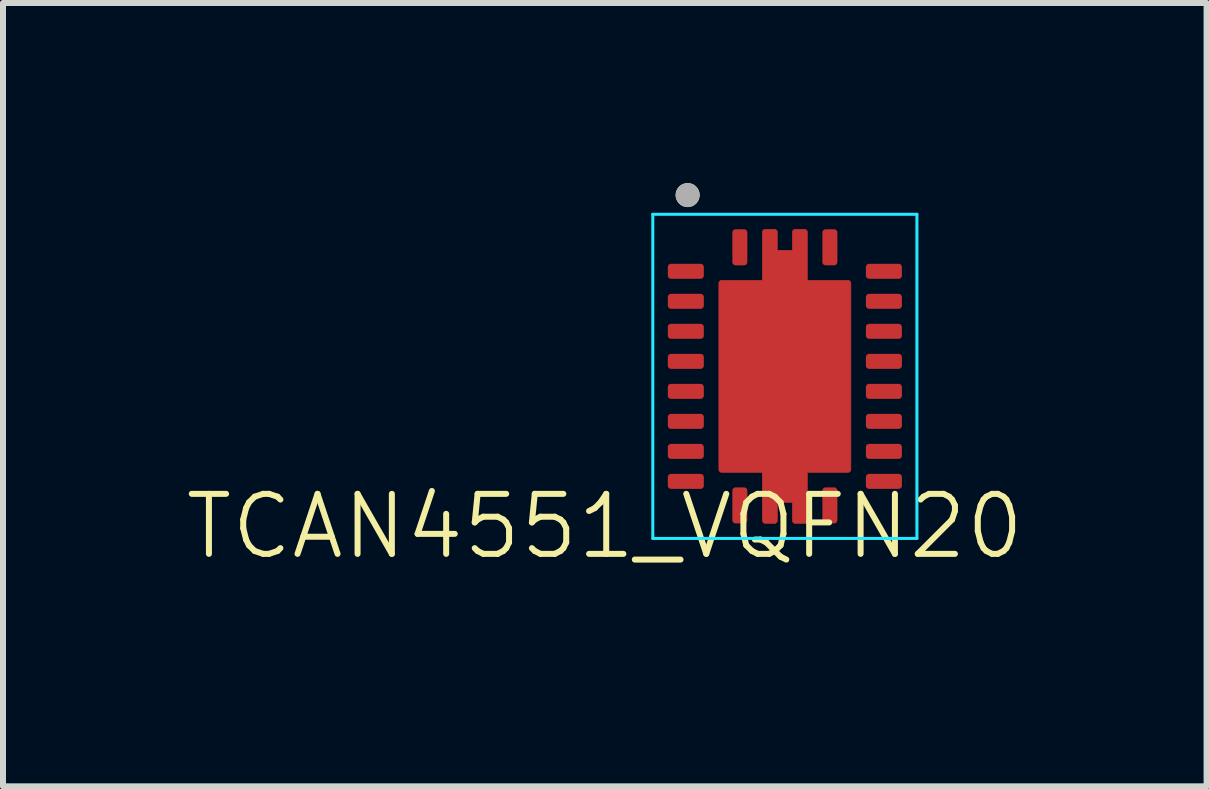
<source format=kicad_pcb>
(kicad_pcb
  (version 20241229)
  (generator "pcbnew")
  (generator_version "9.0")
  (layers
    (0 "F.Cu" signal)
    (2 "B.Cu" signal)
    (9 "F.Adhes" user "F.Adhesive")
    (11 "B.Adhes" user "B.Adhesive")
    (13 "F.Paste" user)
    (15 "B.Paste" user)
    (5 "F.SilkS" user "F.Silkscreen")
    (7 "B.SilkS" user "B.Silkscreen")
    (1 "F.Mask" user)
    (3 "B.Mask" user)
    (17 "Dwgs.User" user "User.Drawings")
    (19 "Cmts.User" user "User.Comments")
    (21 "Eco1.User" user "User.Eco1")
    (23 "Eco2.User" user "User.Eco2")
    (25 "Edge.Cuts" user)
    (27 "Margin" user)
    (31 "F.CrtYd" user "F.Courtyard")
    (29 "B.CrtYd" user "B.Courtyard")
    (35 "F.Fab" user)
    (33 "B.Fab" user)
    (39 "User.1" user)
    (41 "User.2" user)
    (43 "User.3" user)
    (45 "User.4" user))
  (footprint "TCAN4551_VQFN20"
    (layer "F.Cu")
    (at 6.956 6.801)
    (property "Reference" "TCAN4551_VQFN20" (at 0.07 -1.081 0) (unlocked yes) (layer "F.SilkS") (effects (font (size 1 1) (thickness 0.1))))
    (attr smd)
    (fp_line (start 2.07 -4.711) (end 2.3 -5.071) (stroke (width 0.2) (type default)) (layer "F.Cu"))
    (fp_poly (pts (xy 2.695 -5.181) (xy 2.695 -5.981) (xy 2.695 -5.984) (xy 2.695 -5.986) (xy 2.696 -5.989) (xy 2.696 -5.991) (xy 2.697 -5.994) (xy 2.697 -5.996) (xy 2.698 -5.999) (xy 2.699 -6.001) (xy 2.7 -6.004) (xy 2.702 -6.006) (xy 2.703 -6.008) (xy 2.705 -6.01) (xy 2.706 -6.012) (xy 2.708 -6.014) (xy 2.71 -6.016) (xy 2.712 -6.018) (xy 2.714 -6.02) (xy 2.716 -6.021) (xy 2.718 -6.023) (xy 2.72 -6.024) (xy 2.722 -6.026) (xy 2.725 -6.027) (xy 2.727 -6.028) (xy 2.73 -6.029) (xy 2.732 -6.029) (xy 2.735 -6.03) (xy 2.737 -6.03) (xy 2.74 -6.031) (xy 2.742 -6.031) (xy 2.745 -6.031) (xy 2.895 -6.031) (xy 2.898 -6.031) (xy 2.9 -6.031) (xy 2.903 -6.03) (xy 2.905 -6.03) (xy 2.908 -6.029) (xy 2.91 -6.029) (xy 2.913 -6.028) (xy 2.915 -6.027) (xy 2.918 -6.026) (xy 2.92 -6.024) (xy 2.922 -6.023) (xy 2.924 -6.021) (xy 2.926 -6.02) (xy 2.928 -6.018) (xy 2.93 -6.016) (xy 2.932 -6.014) (xy 2.934 -6.012) (xy 2.935 -6.01) (xy 2.937 -6.008) (xy 2.938 -6.006) (xy 2.94 -6.004) (xy 2.941 -6.001) (xy 2.942 -5.999) (xy 2.943 -5.996) (xy 2.943 -5.994) (xy 2.944 -5.991) (xy 2.944 -5.989) (xy 2.945 -5.986) (xy 2.945 -5.984) (xy 2.945 -5.981) (xy 2.945 -5.681) (xy 3.195 -5.681) (xy 3.195 -5.981) (xy 3.195 -5.984) (xy 3.195 -5.986) (xy 3.196 -5.989) (xy 3.196 -5.991) (xy 3.197 -5.994) (xy 3.197 -5.996) (xy 3.198 -5.999) (xy 3.199 -6.001) (xy 3.2 -6.004) (xy 3.202 -6.006) (xy 3.203 -6.008) (xy 3.205 -6.01) (xy 3.206 -6.012) (xy 3.208 -6.014) (xy 3.21 -6.016) (xy 3.212 -6.018) (xy 3.214 -6.02) (xy 3.216 -6.021) (xy 3.218 -6.023) (xy 3.22 -6.024) (xy 3.222 -6.026) (xy 3.225 -6.027) (xy 3.227 -6.028) (xy 3.23 -6.029) (xy 3.232 -6.029) (xy 3.235 -6.03) (xy 3.237 -6.03) (xy 3.24 -6.031) (xy 3.242 -6.031) (xy 3.245 -6.031) (xy 3.395 -6.031) (xy 3.398 -6.031) (xy 3.4 -6.031) (xy 3.403 -6.03) (xy 3.405 -6.03) (xy 3.408 -6.029) (xy 3.41 -6.029) (xy 3.413 -6.028) (xy 3.415 -6.027) (xy 3.418 -6.026) (xy 3.42 -6.024) (xy 3.422 -6.023) (xy 3.424 -6.021) (xy 3.426 -6.02) (xy 3.428 -6.018) (xy 3.43 -6.016) (xy 3.432 -6.014) (xy 3.434 -6.012) (xy 3.435 -6.01) (xy 3.437 -6.008) (xy 3.438 -6.006) (xy 3.44 -6.004) (xy 3.441 -6.001) (xy 3.442 -5.999) (xy 3.443 -5.996) (xy 3.443 -5.994) (xy 3.444 -5.991) (xy 3.444 -5.989) (xy 3.445 -5.986) (xy 3.445 -5.984) (xy 3.445 -5.981) (xy 3.445 -5.181) (xy 4.12 -5.181) (xy 4.123 -5.181) (xy 4.125 -5.181) (xy 4.128 -5.18) (xy 4.13 -5.18) (xy 4.133 -5.179) (xy 4.135 -5.179) (xy 4.138 -5.178) (xy 4.14 -5.177) (xy 4.143 -5.176) (xy 4.145 -5.174) (xy 4.147 -5.173) (xy 4.149 -5.171) (xy 4.151 -5.17) (xy 4.153 -5.168) (xy 4.155 -5.166) (xy 4.157 -5.164) (xy 4.159 -5.162) (xy 4.16 -5.16) (xy 4.162 -5.158) (xy 4.163 -5.156) (xy 4.165 -5.154) (xy 4.166 -5.151) (xy 4.167 -5.149) (xy 4.168 -5.146) (xy 4.168 -5.144) (xy 4.169 -5.141) (xy 4.169 -5.139) (xy 4.17 -5.136) (xy 4.17 -5.134) (xy 4.17 -5.131) (xy 4.17 -2.031) (xy 4.17 -2.028) (xy 4.17 -2.026) (xy 4.169 -2.023) (xy 4.169 -2.021) (xy 4.168 -2.018) (xy 4.168 -2.016) (xy 4.167 -2.013) (xy 4.166 -2.011) (xy 4.165 -2.008) (xy 4.163 -2.006) (xy 4.162 -2.004) (xy 4.16 -2.002) (xy 4.159 -2) (xy 4.157 -1.998) (xy 4.155 -1.996) (xy 4.153 -1.994) (xy 4.151 -1.992) (xy 4.149 -1.991) (xy 4.147 -1.989) (xy 4.145 -1.988) (xy 4.143 -1.986) (xy 4.14 -1.985) (xy 4.138 -1.984) (xy 4.135 -1.983) (xy 4.133 -1.983) (xy 4.13 -1.982) (xy 4.128 -1.982) (xy 4.125 -1.981) (xy 4.123 -1.981) (xy 4.12 -1.981) (xy 3.445 -1.981) (xy 3.445 -1.181) (xy 3.445 -1.178) (xy 3.445 -1.176) (xy 3.444 -1.173) (xy 3.444 -1.171) (xy 3.443 -1.168) (xy 3.443 -1.166) (xy 3.442 -1.163) (xy 3.441 -1.161) (xy 3.44 -1.158) (xy 3.438 -1.156) (xy 3.437 -1.154) (xy 3.435 -1.152) (xy 3.434 -1.15) (xy 3.432 -1.148) (xy 3.43 -1.146) (xy 3.428 -1.144) (xy 3.426 -1.142) (xy 3.424 -1.141) (xy 3.422 -1.139) (xy 3.42 -1.138) (xy 3.418 -1.136) (xy 3.415 -1.135) (xy 3.413 -1.134) (xy 3.41 -1.133) (xy 3.408 -1.133) (xy 3.405 -1.132) (xy 3.403 -1.132) (xy 3.4 -1.131) (xy 3.398 -1.131) (xy 3.395 -1.131) (xy 3.245 -1.131) (xy 3.242 -1.131) (xy 3.24 -1.131) (xy 3.237 -1.132) (xy 3.235 -1.132) (xy 3.232 -1.133) (xy 3.23 -1.133) (xy 3.227 -1.134) (xy 3.225 -1.135) (xy 3.222 -1.136) (xy 3.22 -1.138) (xy 3.218 -1.139) (xy 3.216 -1.141) (xy 3.214 -1.142) (xy 3.212 -1.144) (xy 3.21 -1.146) (xy 3.208 -1.148) (xy 3.206 -1.15) (xy 3.205 -1.152) (xy 3.203 -1.154) (xy 3.202 -1.156) (xy 3.2 -1.158) (xy 3.199 -1.161) (xy 3.198 -1.163) (xy 3.197 -1.166) (xy 3.197 -1.168) (xy 3.196 -1.171) (xy 3.196 -1.173) (xy 3.195 -1.176) (xy 3.195 -1.178) (xy 3.195 -1.181) (xy 3.195 -1.481) (xy 2.945 -1.481) (xy 2.945 -1.181) (xy 2.945 -1.178) (xy 2.945 -1.176) (xy 2.944 -1.173) (xy 2.944 -1.171) (xy 2.943 -1.168) (xy 2.943 -1.166) (xy 2.942 -1.163) (xy 2.941 -1.161) (xy 2.94 -1.158) (xy 2.938 -1.156) (xy 2.937 -1.154) (xy 2.935 -1.152) (xy 2.934 -1.15) (xy 2.932 -1.148) (xy 2.93 -1.146) (xy 2.928 -1.144) (xy 2.926 -1.142) (xy 2.924 -1.141) (xy 2.922 -1.139) (xy 2.92 -1.138) (xy 2.918 -1.136) (xy 2.915 -1.135) (xy 2.913 -1.134) (xy 2.91 -1.133) (xy 2.908 -1.133) (xy 2.905 -1.132) (xy 2.903 -1.132) (xy 2.9 -1.131) (xy 2.898 -1.131) (xy 2.895 -1.131) (xy 2.745 -1.131) (xy 2.742 -1.131) (xy 2.74 -1.131) (xy 2.737 -1.132) (xy 2.735 -1.132) (xy 2.732 -1.133) (xy 2.73 -1.133) (xy 2.727 -1.134) (xy 2.725 -1.135) (xy 2.722 -1.136) (xy 2.72 -1.138) (xy 2.718 -1.139) (xy 2.716 -1.141) (xy 2.714 -1.142) (xy 2.712 -1.144) (xy 2.71 -1.146) (xy 2.708 -1.148) (xy 2.706 -1.15) (xy 2.705 -1.152) (xy 2.703 -1.154) (xy 2.702 -1.156) (xy 2.7 -1.158) (xy 2.699 -1.161) (xy 2.698 -1.163) (xy 2.697 -1.166) (xy 2.697 -1.168) (xy 2.696 -1.171) (xy 2.696 -1.173) (xy 2.695 -1.176) (xy 2.695 -1.178) (xy 2.695 -1.181) (xy 2.695 -1.981) (xy 2.02 -1.981) (xy 2.017 -1.981) (xy 2.015 -1.981) (xy 2.012 -1.982) (xy 2.01 -1.982) (xy 2.007 -1.983) (xy 2.005 -1.983) (xy 2.002 -1.984) (xy 2 -1.985) (xy 1.997 -1.986) (xy 1.995 -1.988) (xy 1.993 -1.989) (xy 1.991 -1.991) (xy 1.989 -1.992) (xy 1.987 -1.994) (xy 1.985 -1.996) (xy 1.983 -1.998) (xy 1.981 -2) (xy 1.98 -2.002) (xy 1.978 -2.004) (xy 1.977 -2.006) (xy 1.975 -2.008) (xy 1.974 -2.011) (xy 1.973 -2.013) (xy 1.972 -2.016) (xy 1.972 -2.018) (xy 1.971 -2.021) (xy 1.971 -2.023) (xy 1.97 -2.026) (xy 1.97 -2.028) (xy 1.97 -2.031) (xy 1.97 -5.131) (xy 1.97 -5.134) (xy 1.97 -5.136) (xy 1.971 -5.139) (xy 1.971 -5.141) (xy 1.972 -5.144) (xy 1.972 -5.146) (xy 1.973 -5.149) (xy 1.974 -5.151) (xy 1.975 -5.154) (xy 1.977 -5.156) (xy 1.978 -5.158) (xy 1.98 -5.16) (xy 1.981 -5.162) (xy 1.983 -5.164) (xy 1.985 -5.166) (xy 1.987 -5.168) (xy 1.989 -5.17) (xy 1.991 -5.171) (xy 1.993 -5.173) (xy 1.995 -5.174) (xy 1.997 -5.176) (xy 2 -5.177) (xy 2.002 -5.178) (xy 2.005 -5.179) (xy 2.007 -5.179) (xy 2.01 -5.18) (xy 2.012 -5.18) (xy 2.015 -5.181) (xy 2.017 -5.181) (xy 2.02 -5.181) (xy 2.695 -5.181)) (stroke (width 0.01) (type solid)) (fill yes) (layer "F.Cu"))
    (fp_circle (center 1.45 -6.601) (end 1.55 -6.601) (stroke (width 0.2) (type solid)) (fill no) (layer "F.SilkS"))
    (fp_poly (pts (xy 2.745 -1.846) (xy 3.395 -1.846) (xy 3.398 -1.846) (xy 3.4 -1.846) (xy 3.403 -1.845) (xy 3.405 -1.845) (xy 3.408 -1.844) (xy 3.41 -1.844) (xy 3.413 -1.843) (xy 3.415 -1.842) (xy 3.418 -1.841) (xy 3.42 -1.839) (xy 3.422 -1.838) (xy 3.424 -1.836) (xy 3.426 -1.835) (xy 3.428 -1.833) (xy 3.43 -1.831) (xy 3.432 -1.829) (xy 3.434 -1.827) (xy 3.435 -1.825) (xy 3.437 -1.823) (xy 3.438 -1.821) (xy 3.44 -1.819) (xy 3.441 -1.816) (xy 3.442 -1.814) (xy 3.443 -1.811) (xy 3.443 -1.809) (xy 3.444 -1.806) (xy 3.444 -1.804) (xy 3.445 -1.801) (xy 3.445 -1.799) (xy 3.445 -1.796) (xy 3.445 -1.181) (xy 3.445 -1.178) (xy 3.445 -1.176) (xy 3.444 -1.173) (xy 3.444 -1.171) (xy 3.443 -1.168) (xy 3.443 -1.166) (xy 3.442 -1.163) (xy 3.441 -1.161) (xy 3.44 -1.158) (xy 3.438 -1.156) (xy 3.437 -1.154) (xy 3.435 -1.152) (xy 3.434 -1.15) (xy 3.432 -1.148) (xy 3.43 -1.146) (xy 3.428 -1.144) (xy 3.426 -1.142) (xy 3.424 -1.141) (xy 3.422 -1.139) (xy 3.42 -1.138) (xy 3.418 -1.136) (xy 3.415 -1.135) (xy 3.413 -1.134) (xy 3.41 -1.133) (xy 3.408 -1.133) (xy 3.405 -1.132) (xy 3.403 -1.132) (xy 3.4 -1.131) (xy 3.398 -1.131) (xy 3.395 -1.131) (xy 3.245 -1.131) (xy 3.242 -1.131) (xy 3.24 -1.131) (xy 3.237 -1.132) (xy 3.235 -1.132) (xy 3.232 -1.133) (xy 3.23 -1.133) (xy 3.227 -1.134) (xy 3.225 -1.135) (xy 3.222 -1.136) (xy 3.22 -1.138) (xy 3.218 -1.139) (xy 3.216 -1.141) (xy 3.214 -1.142) (xy 3.212 -1.144) (xy 3.21 -1.146) (xy 3.208 -1.148) (xy 3.206 -1.15) (xy 3.205 -1.152) (xy 3.203 -1.154) (xy 3.202 -1.156) (xy 3.2 -1.158) (xy 3.199 -1.161) (xy 3.198 -1.163) (xy 3.197 -1.166) (xy 3.197 -1.168) (xy 3.196 -1.171) (xy 3.196 -1.173) (xy 3.195 -1.176) (xy 3.195 -1.178) (xy 3.195 -1.181) (xy 3.195 -1.596) (xy 2.945 -1.596) (xy 2.945 -1.181) (xy 2.945 -1.178) (xy 2.945 -1.176) (xy 2.944 -1.173) (xy 2.944 -1.171) (xy 2.943 -1.168) (xy 2.943 -1.166) (xy 2.942 -1.163) (xy 2.941 -1.161) (xy 2.94 -1.158) (xy 2.938 -1.156) (xy 2.937 -1.154) (xy 2.935 -1.152) (xy 2.934 -1.15) (xy 2.932 -1.148) (xy 2.93 -1.146) (xy 2.928 -1.144) (xy 2.926 -1.142) (xy 2.924 -1.141) (xy 2.922 -1.139) (xy 2.92 -1.138) (xy 2.918 -1.136) (xy 2.915 -1.135) (xy 2.913 -1.134) (xy 2.91 -1.133) (xy 2.908 -1.133) (xy 2.905 -1.132) (xy 2.903 -1.132) (xy 2.9 -1.131) (xy 2.898 -1.131) (xy 2.895 -1.131) (xy 2.745 -1.131) (xy 2.742 -1.131) (xy 2.74 -1.131) (xy 2.737 -1.132) (xy 2.735 -1.132) (xy 2.732 -1.133) (xy 2.73 -1.133) (xy 2.727 -1.134) (xy 2.725 -1.135) (xy 2.722 -1.136) (xy 2.72 -1.138) (xy 2.718 -1.139) (xy 2.716 -1.141) (xy 2.714 -1.142) (xy 2.712 -1.144) (xy 2.71 -1.146) (xy 2.708 -1.148) (xy 2.706 -1.15) (xy 2.705 -1.152) (xy 2.703 -1.154) (xy 2.702 -1.156) (xy 2.7 -1.158) (xy 2.699 -1.161) (xy 2.698 -1.163) (xy 2.697 -1.166) (xy 2.697 -1.168) (xy 2.696 -1.171) (xy 2.696 -1.173) (xy 2.695 -1.176) (xy 2.695 -1.178) (xy 2.695 -1.181) (xy 2.695 -1.796) (xy 2.695 -1.799) (xy 2.695 -1.801) (xy 2.696 -1.804) (xy 2.696 -1.806) (xy 2.697 -1.809) (xy 2.697 -1.811) (xy 2.698 -1.814) (xy 2.699 -1.816) (xy 2.7 -1.819) (xy 2.702 -1.821) (xy 2.703 -1.823) (xy 2.705 -1.825) (xy 2.706 -1.827) (xy 2.708 -1.829) (xy 2.71 -1.831) (xy 2.712 -1.833) (xy 2.714 -1.835) (xy 2.716 -1.836) (xy 2.718 -1.838) (xy 2.72 -1.839) (xy 2.722 -1.841) (xy 2.725 -1.842) (xy 2.727 -1.843) (xy 2.73 -1.844) (xy 2.732 -1.844) (xy 2.735 -1.845) (xy 2.737 -1.845) (xy 2.74 -1.846) (xy 2.742 -1.846) (xy 2.745 -1.846)) (stroke (width 0.01) (type solid)) (fill yes) (layer "F.Paste"))
    (fp_poly (pts (xy 3.445 -5.981) (xy 3.445 -5.366) (xy 3.445 -5.363) (xy 3.445 -5.361) (xy 3.444 -5.358) (xy 3.444 -5.356) (xy 3.443 -5.353) (xy 3.443 -5.351) (xy 3.442 -5.348) (xy 3.441 -5.346) (xy 3.44 -5.343) (xy 3.438 -5.341) (xy 3.437 -5.339) (xy 3.435 -5.337) (xy 3.434 -5.335) (xy 3.432 -5.333) (xy 3.43 -5.331) (xy 3.428 -5.329) (xy 3.426 -5.327) (xy 3.424 -5.326) (xy 3.422 -5.324) (xy 3.42 -5.323) (xy 3.418 -5.321) (xy 3.415 -5.32) (xy 3.413 -5.319) (xy 3.41 -5.318) (xy 3.408 -5.318) (xy 3.405 -5.317) (xy 3.403 -5.317) (xy 3.4 -5.316) (xy 3.398 -5.316) (xy 3.395 -5.316) (xy 2.745 -5.316) (xy 2.742 -5.316) (xy 2.74 -5.316) (xy 2.737 -5.317) (xy 2.735 -5.317) (xy 2.732 -5.318) (xy 2.73 -5.318) (xy 2.727 -5.319) (xy 2.725 -5.32) (xy 2.722 -5.321) (xy 2.72 -5.323) (xy 2.718 -5.324) (xy 2.716 -5.326) (xy 2.714 -5.327) (xy 2.712 -5.329) (xy 2.71 -5.331) (xy 2.708 -5.333) (xy 2.706 -5.335) (xy 2.705 -5.337) (xy 2.703 -5.339) (xy 2.702 -5.341) (xy 2.7 -5.343) (xy 2.699 -5.346) (xy 2.698 -5.348) (xy 2.697 -5.351) (xy 2.697 -5.353) (xy 2.696 -5.356) (xy 2.696 -5.358) (xy 2.695 -5.361) (xy 2.695 -5.363) (xy 2.695 -5.366) (xy 2.695 -5.981) (xy 2.695 -5.984) (xy 2.695 -5.986) (xy 2.696 -5.989) (xy 2.696 -5.991) (xy 2.697 -5.994) (xy 2.697 -5.996) (xy 2.698 -5.999) (xy 2.699 -6.001) (xy 2.7 -6.004) (xy 2.702 -6.006) (xy 2.703 -6.008) (xy 2.705 -6.01) (xy 2.706 -6.012) (xy 2.708 -6.014) (xy 2.71 -6.016) (xy 2.712 -6.018) (xy 2.714 -6.02) (xy 2.716 -6.021) (xy 2.718 -6.023) (xy 2.72 -6.024) (xy 2.722 -6.026) (xy 2.725 -6.027) (xy 2.727 -6.028) (xy 2.73 -6.029) (xy 2.732 -6.029) (xy 2.735 -6.03) (xy 2.737 -6.03) (xy 2.74 -6.031) (xy 2.742 -6.031) (xy 2.745 -6.031) (xy 2.895 -6.031) (xy 2.898 -6.031) (xy 2.9 -6.031) (xy 2.903 -6.03) (xy 2.905 -6.03) (xy 2.908 -6.029) (xy 2.91 -6.029) (xy 2.913 -6.028) (xy 2.915 -6.027) (xy 2.918 -6.026) (xy 2.92 -6.024) (xy 2.922 -6.023) (xy 2.924 -6.021) (xy 2.926 -6.02) (xy 2.928 -6.018) (xy 2.93 -6.016) (xy 2.932 -6.014) (xy 2.934 -6.012) (xy 2.935 -6.01) (xy 2.937 -6.008) (xy 2.938 -6.006) (xy 2.94 -6.004) (xy 2.941 -6.001) (xy 2.942 -5.999) (xy 2.943 -5.996) (xy 2.943 -5.994) (xy 2.944 -5.991) (xy 2.944 -5.989) (xy 2.945 -5.986) (xy 2.945 -5.984) (xy 2.945 -5.981) (xy 2.945 -5.566) (xy 3.195 -5.566) (xy 3.195 -5.981) (xy 3.195 -5.984) (xy 3.195 -5.986) (xy 3.196 -5.989) (xy 3.196 -5.991) (xy 3.197 -5.994) (xy 3.197 -5.996) (xy 3.198 -5.999) (xy 3.199 -6.001) (xy 3.2 -6.004) (xy 3.202 -6.006) (xy 3.203 -6.008) (xy 3.205 -6.01) (xy 3.206 -6.012) (xy 3.208 -6.014) (xy 3.21 -6.016) (xy 3.212 -6.018) (xy 3.214 -6.02) (xy 3.216 -6.021) (xy 3.218 -6.023) (xy 3.22 -6.024) (xy 3.222 -6.026) (xy 3.225 -6.027) (xy 3.227 -6.028) (xy 3.23 -6.029) (xy 3.232 -6.029) (xy 3.235 -6.03) (xy 3.237 -6.03) (xy 3.24 -6.031) (xy 3.242 -6.031) (xy 3.245 -6.031) (xy 3.395 -6.031) (xy 3.398 -6.031) (xy 3.4 -6.031) (xy 3.403 -6.03) (xy 3.405 -6.03) (xy 3.408 -6.029) (xy 3.41 -6.029) (xy 3.413 -6.028) (xy 3.415 -6.027) (xy 3.418 -6.026) (xy 3.42 -6.024) (xy 3.422 -6.023) (xy 3.424 -6.021) (xy 3.426 -6.02) (xy 3.428 -6.018) (xy 3.43 -6.016) (xy 3.432 -6.014) (xy 3.434 -6.012) (xy 3.435 -6.01) (xy 3.437 -6.008) (xy 3.438 -6.006) (xy 3.44 -6.004) (xy 3.441 -6.001) (xy 3.442 -5.999) (xy 3.443 -5.996) (xy 3.443 -5.994) (xy 3.444 -5.991) (xy 3.444 -5.989) (xy 3.445 -5.986) (xy 3.445 -5.984) (xy 3.445 -5.981)) (stroke (width 0.01) (type solid)) (fill yes) (layer "F.Paste"))
    (fp_line (start 0.87 -6.281) (end 0.87 -0.881) (stroke (width 0.05) (type solid)) (layer "B.CrtYd"))
    (fp_line (start 0.87 -0.881) (end 5.27 -0.881) (stroke (width 0.05) (type solid)) (layer "B.CrtYd"))
    (fp_line (start 5.27 -6.281) (end 0.87 -6.281) (stroke (width 0.05) (type solid)) (layer "B.CrtYd"))
    (fp_line (start 5.27 -0.881) (end 5.27 -6.281) (stroke (width 0.05) (type solid)) (layer "B.CrtYd"))
    (fp_circle (center 1.45 -6.601) (end 1.55 -6.601) (stroke (width 0.2) (type solid)) (fill no) (layer "F.Fab"))
    (pad "1" smd roundrect (at 2.32 -5.731) (size 0.25 0.6) (layers "F.Cu" "F.Paste") (roundrect_rratio 0.21))
    (pad "2" smd roundrect (at 1.42 -5.331) (size 0.6 0.25) (layers "F.Cu" "F.Paste") (roundrect_rratio 0.21))
    (pad "3" smd roundrect (at 1.42 -4.831) (size 0.6 0.25) (layers "F.Cu" "F.Paste") (roundrect_rratio 0.21))
    (pad "4" smd roundrect (at 1.42 -4.331) (size 0.6 0.25) (layers "F.Cu" "F.Paste") (roundrect_rratio 0.21))
    (pad "5" smd roundrect (at 1.42 -3.831) (size 0.6 0.25) (layers "F.Cu" "F.Paste") (roundrect_rratio 0.21))
    (pad "6" smd roundrect (at 1.42 -3.331) (size 0.6 0.25) (layers "F.Cu" "F.Paste") (roundrect_rratio 0.21))
    (pad "7" smd roundrect (at 1.42 -2.831) (size 0.6 0.25) (layers "F.Cu" "F.Paste") (roundrect_rratio 0.21))
    (pad "8" smd roundrect (at 1.42 -2.331) (size 0.6 0.25) (layers "F.Cu" "F.Paste") (roundrect_rratio 0.21))
    (pad "9" smd roundrect (at 1.42 -1.831) (size 0.6 0.25) (layers "F.Cu" "F.Paste") (roundrect_rratio 0.21))
    (pad "10" smd roundrect (at 2.32 -1.431) (size 0.25 0.6) (layers "F.Cu" "F.Paste") (roundrect_rratio 0.21))
    (pad "11" smd roundrect (at 3.82 -1.431) (size 0.25 0.6) (layers "F.Cu" "F.Paste") (roundrect_rratio 0.21))
    (pad "12" smd roundrect (at 4.72 -1.831) (size 0.6 0.25) (layers "F.Cu" "F.Paste") (roundrect_rratio 0.21))
    (pad "13" smd roundrect (at 4.72 -2.331) (size 0.6 0.25) (layers "F.Cu" "F.Paste") (roundrect_rratio 0.21))
    (pad "14" smd roundrect (at 4.72 -2.831) (size 0.6 0.25) (layers "F.Cu" "F.Paste") (roundrect_rratio 0.21))
    (pad "15" smd roundrect (at 4.72 -3.331) (size 0.6 0.25) (layers "F.Cu" "F.Paste") (roundrect_rratio 0.21))
    (pad "16" smd roundrect (at 4.72 -3.831) (size 0.6 0.25) (layers "F.Cu" "F.Paste") (roundrect_rratio 0.21))
    (pad "17" smd roundrect (at 4.72 -4.331) (size 0.6 0.25) (layers "F.Cu" "F.Paste") (roundrect_rratio 0.21))
    (pad "18" smd roundrect (at 4.72 -4.831) (size 0.6 0.25) (layers "F.Cu" "F.Paste") (roundrect_rratio 0.21))
    (pad "19" smd roundrect (at 4.72 -5.331) (size 0.6 0.25) (layers "F.Cu" "F.Paste") (roundrect_rratio 0.21))
    (pad "20" smd roundrect (at 3.82 -5.731) (size 0.25 0.6) (layers "F.Cu" "F.Paste") (roundrect_rratio 0.21)))
  (gr_rect
    (start -3 -3)
    (end 17.052 10.051)
    (stroke (width 0.1) (type default))
    (fill no)
    (layer "Edge.Cuts")))
</source>
